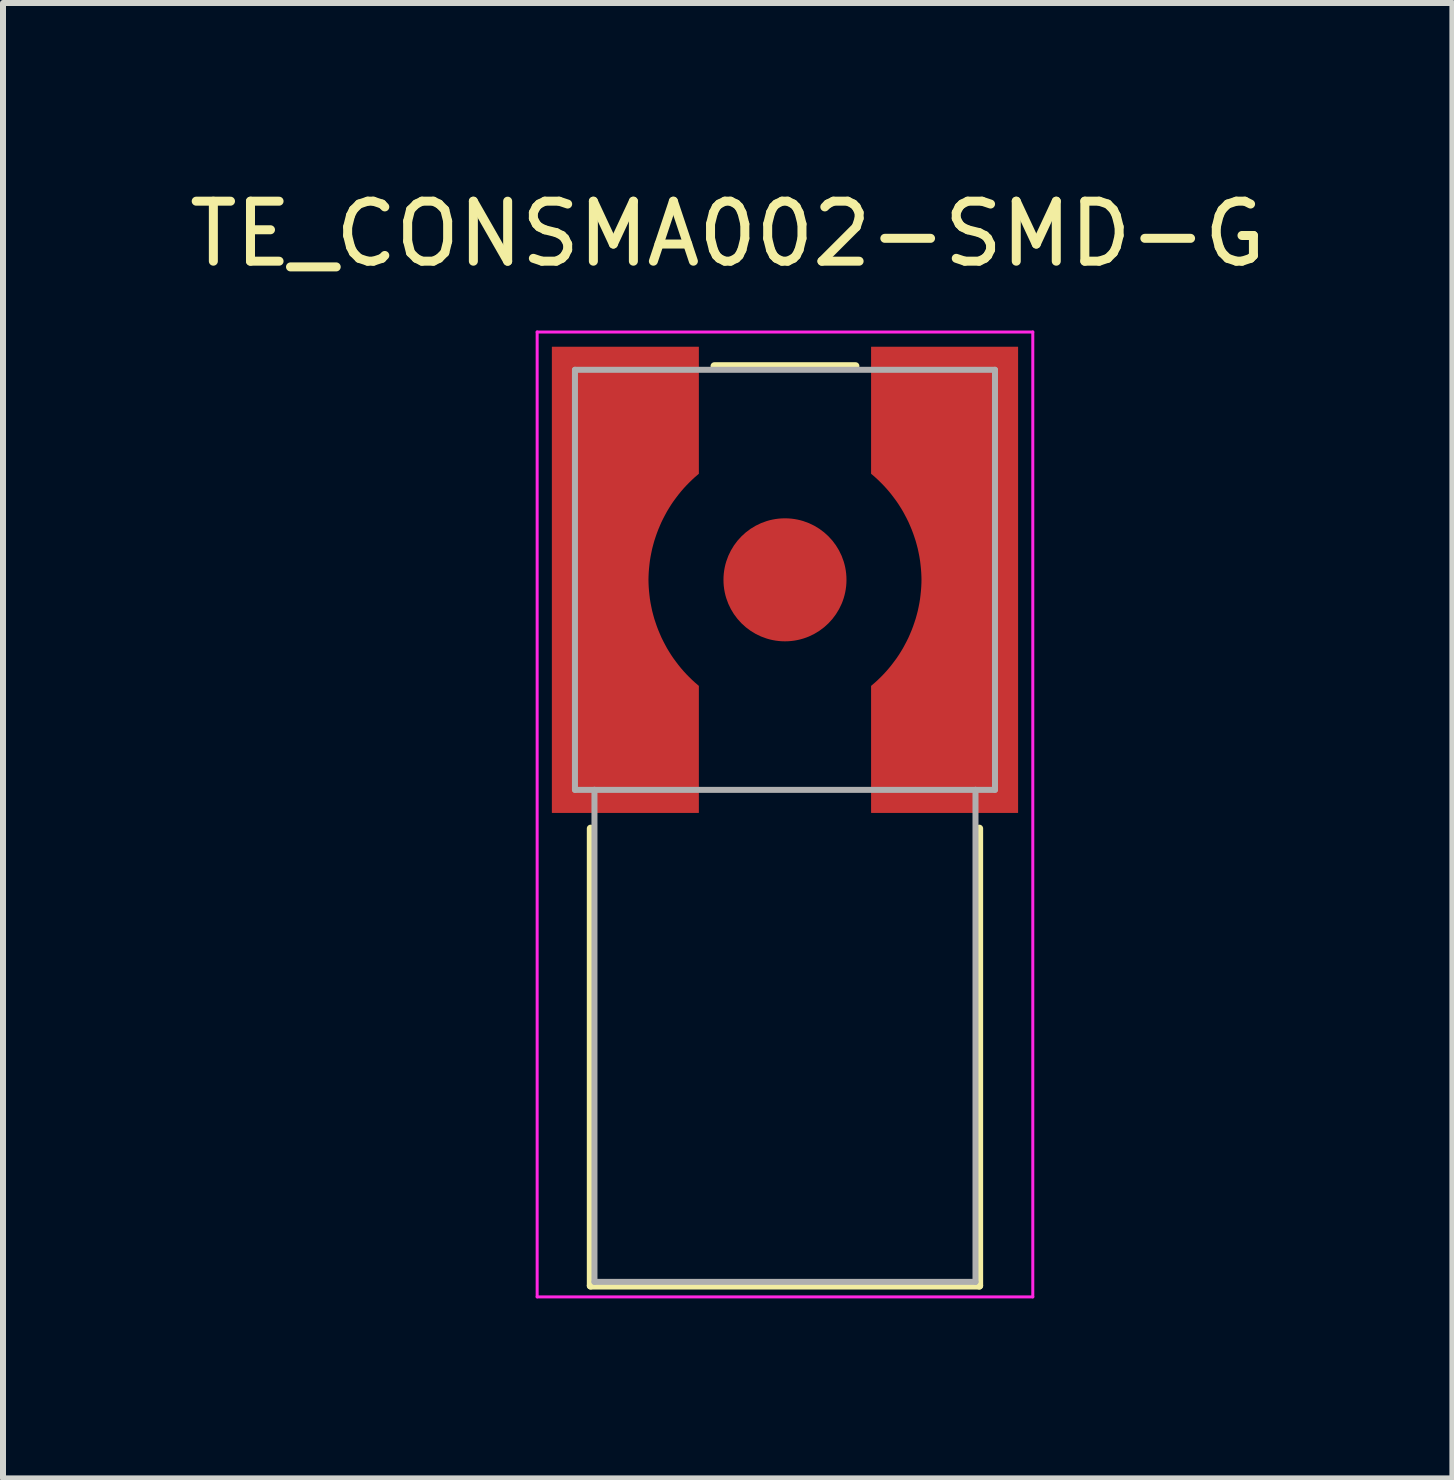
<source format=kicad_pcb>
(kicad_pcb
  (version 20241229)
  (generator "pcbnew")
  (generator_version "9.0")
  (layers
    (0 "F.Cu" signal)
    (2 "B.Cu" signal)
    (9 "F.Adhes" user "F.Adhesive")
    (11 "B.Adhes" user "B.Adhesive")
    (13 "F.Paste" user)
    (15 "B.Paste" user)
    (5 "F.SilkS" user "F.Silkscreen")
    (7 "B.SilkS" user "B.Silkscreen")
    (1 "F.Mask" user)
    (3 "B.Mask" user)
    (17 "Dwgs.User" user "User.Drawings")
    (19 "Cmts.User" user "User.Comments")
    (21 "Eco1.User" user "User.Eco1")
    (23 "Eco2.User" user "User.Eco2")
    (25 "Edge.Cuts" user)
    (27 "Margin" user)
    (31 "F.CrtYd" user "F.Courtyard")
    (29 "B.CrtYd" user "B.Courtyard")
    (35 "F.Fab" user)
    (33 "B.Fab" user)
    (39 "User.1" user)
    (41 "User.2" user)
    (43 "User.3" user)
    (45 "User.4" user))
  (footprint "TE_CONSMA002-SMD-G"
    (layer "F.Cu")
    (at 10.032 6.613)
    (property "Reference" "TE_CONSMA002-SMD-G" (at -0.955 -5.765 0) (layer "F.SilkS") (effects (font (size 1 1) (thickness 0.15))))
    (attr smd)
    (fp_poly (pts (xy -1.34 -3.98) (xy -3.98 -3.98) (xy -3.98 3.98) (xy -1.34 3.98) (xy -1.34 1.72) (xy -1.381 1.687) (xy -1.43 1.645) (xy -1.478 1.602) (xy -1.524 1.557) (xy -1.569 1.511) (xy -1.613 1.464) (xy -1.655 1.416) (xy -1.696 1.366) (xy -1.736 1.315) (xy -1.774 1.263) (xy -1.81 1.21) (xy -1.845 1.156) (xy -1.878 1.101) (xy -1.91 1.045) (xy -1.94 0.988) (xy -1.968 0.931) (xy -1.995 0.872) (xy -2.02 0.813) (xy -2.043 0.753) (xy -2.065 0.692) (xy -2.084 0.631) (xy -2.102 0.569) (xy -2.118 0.507) (xy -2.133 0.444) (xy -2.145 0.381) (xy -2.156 0.318) (xy -2.164 0.254) (xy -2.171 0.19) (xy -2.176 0.126) (xy -2.18 0.05) (xy -2.179 -0.028) (xy -2.176 -0.097) (xy -2.171 -0.166) (xy -2.164 -0.235) (xy -2.155 -0.303) (xy -2.144 -0.371) (xy -2.131 -0.439) (xy -2.116 -0.506) (xy -2.099 -0.573) (xy -2.08 -0.639) (xy -2.06 -0.705) (xy -2.037 -0.77) (xy -2.012 -0.835) (xy -1.986 -0.899) (xy -1.958 -0.962) (xy -1.928 -1.024) (xy -1.896 -1.085) (xy -1.862 -1.145) (xy -1.827 -1.204) (xy -1.79 -1.262) (xy -1.751 -1.32) (xy -1.711 -1.375) (xy -1.669 -1.43) (xy -1.625 -1.484) (xy -1.58 -1.536) (xy -1.533 -1.587) (xy -1.485 -1.636) (xy -1.436 -1.684) (xy -1.385 -1.731) (xy -1.34 -1.77) (xy -1.34 -3.98)) (stroke (width 0.01) (type solid)) (fill yes) (layer "F.Mask"))
    (fp_poly (pts (xy 1.34 -3.98) (xy 3.98 -3.98) (xy 3.98 3.98) (xy 1.34 3.98) (xy 1.34 1.72) (xy 1.391 1.677) (xy 1.441 1.633) (xy 1.489 1.588) (xy 1.536 1.542) (xy 1.581 1.494) (xy 1.625 1.445) (xy 1.667 1.395) (xy 1.708 1.343) (xy 1.748 1.29) (xy 1.786 1.237) (xy 1.822 1.182) (xy 1.857 1.126) (xy 1.89 1.069) (xy 1.921 1.011) (xy 1.951 0.952) (xy 1.979 0.892) (xy 2.005 0.832) (xy 2.03 0.771) (xy 2.053 0.709) (xy 2.074 0.647) (xy 2.093 0.584) (xy 2.11 0.52) (xy 2.125 0.456) (xy 2.139 0.391) (xy 2.15 0.327) (xy 2.16 0.261) (xy 2.168 0.196) (xy 2.174 0.13) (xy 2.178 0.065) (xy 2.18 0) (xy 2.179 -0.052) (xy 2.176 -0.119) (xy 2.171 -0.186) (xy 2.164 -0.253) (xy 2.156 -0.32) (xy 2.145 -0.387) (xy 2.132 -0.453) (xy 2.118 -0.519) (xy 2.101 -0.584) (xy 2.083 -0.649) (xy 2.062 -0.713) (xy 2.04 -0.777) (xy 2.016 -0.84) (xy 1.99 -0.902) (xy 1.963 -0.964) (xy 1.933 -1.025) (xy 1.902 -1.084) (xy 1.87 -1.143) (xy 1.835 -1.201) (xy 1.799 -1.258) (xy 1.761 -1.314) (xy 1.721 -1.368) (xy 1.68 -1.422) (xy 1.638 -1.474) (xy 1.594 -1.525) (xy 1.548 -1.575) (xy 1.501 -1.623) (xy 1.453 -1.67) (xy 1.403 -1.716) (xy 1.34 -1.77) (xy 1.34 -3.98)) (stroke (width 0.01) (type solid)) (fill yes) (layer "F.Mask"))
    (fp_line (start -3.239 11.764) (end -3.239 4.144) (stroke (width 0.127) (type solid)) (layer "F.SilkS"))
    (fp_line (start -3.239 11.764) (end 3.239 11.764) (stroke (width 0.127) (type solid)) (layer "F.SilkS"))
    (fp_line (start -1.177 -3.563) (end 1.177 -3.563) (stroke (width 0.127) (type solid)) (layer "F.SilkS"))
    (fp_line (start 3.239 11.764) (end 3.239 4.144) (stroke (width 0.127) (type solid)) (layer "F.SilkS"))
    (fp_poly (pts (xy -1.44 -3.88) (xy -3.88 -3.88) (xy -3.88 3.88) (xy -1.44 3.88) (xy -1.44 1.77) (xy -1.503 1.716) (xy -1.553 1.67) (xy -1.601 1.623) (xy -1.648 1.575) (xy -1.694 1.525) (xy -1.738 1.474) (xy -1.78 1.422) (xy -1.821 1.368) (xy -1.861 1.314) (xy -1.899 1.258) (xy -1.935 1.201) (xy -1.97 1.143) (xy -2.002 1.084) (xy -2.033 1.025) (xy -2.063 0.964) (xy -2.09 0.902) (xy -2.116 0.84) (xy -2.14 0.777) (xy -2.162 0.713) (xy -2.183 0.649) (xy -2.201 0.584) (xy -2.218 0.519) (xy -2.232 0.453) (xy -2.245 0.387) (xy -2.256 0.32) (xy -2.264 0.253) (xy -2.271 0.186) (xy -2.276 0.119) (xy -2.279 0.052) (xy -2.28 0) (xy -2.279 -0.052) (xy -2.276 -0.119) (xy -2.271 -0.186) (xy -2.264 -0.253) (xy -2.256 -0.32) (xy -2.245 -0.387) (xy -2.232 -0.453) (xy -2.218 -0.519) (xy -2.201 -0.584) (xy -2.183 -0.649) (xy -2.162 -0.713) (xy -2.14 -0.777) (xy -2.116 -0.84) (xy -2.09 -0.902) (xy -2.063 -0.964) (xy -2.033 -1.025) (xy -2.002 -1.084) (xy -1.97 -1.143) (xy -1.935 -1.201) (xy -1.899 -1.258) (xy -1.861 -1.314) (xy -1.821 -1.368) (xy -1.78 -1.422) (xy -1.738 -1.474) (xy -1.694 -1.525) (xy -1.648 -1.575) (xy -1.601 -1.623) (xy -1.553 -1.67) (xy -1.503 -1.716) (xy -1.44 -1.77) (xy -1.44 -3.88)) (stroke (width 0.01) (type solid)) (fill yes) (layer "F.Paste"))
    (fp_poly (pts (xy 1.44 -3.88) (xy 3.88 -3.88) (xy 3.88 3.88) (xy 1.44 3.88) (xy 1.44 1.77) (xy 1.503 1.716) (xy 1.553 1.67) (xy 1.601 1.623) (xy 1.648 1.575) (xy 1.694 1.525) (xy 1.738 1.474) (xy 1.78 1.422) (xy 1.821 1.368) (xy 1.861 1.314) (xy 1.899 1.258) (xy 1.935 1.201) (xy 1.97 1.143) (xy 2.002 1.084) (xy 2.033 1.025) (xy 2.063 0.964) (xy 2.09 0.902) (xy 2.116 0.84) (xy 2.14 0.777) (xy 2.162 0.713) (xy 2.183 0.649) (xy 2.201 0.584) (xy 2.218 0.519) (xy 2.232 0.453) (xy 2.245 0.387) (xy 2.256 0.32) (xy 2.264 0.253) (xy 2.271 0.186) (xy 2.276 0.119) (xy 2.279 0.052) (xy 2.28 0) (xy 2.279 -0.052) (xy 2.276 -0.119) (xy 2.271 -0.186) (xy 2.264 -0.253) (xy 2.256 -0.32) (xy 2.245 -0.387) (xy 2.232 -0.453) (xy 2.218 -0.519) (xy 2.201 -0.584) (xy 2.183 -0.649) (xy 2.162 -0.713) (xy 2.14 -0.777) (xy 2.116 -0.84) (xy 2.09 -0.902) (xy 2.063 -0.964) (xy 2.033 -1.025) (xy 2.002 -1.084) (xy 1.97 -1.143) (xy 1.935 -1.201) (xy 1.899 -1.258) (xy 1.861 -1.314) (xy 1.821 -1.368) (xy 1.78 -1.422) (xy 1.738 -1.474) (xy 1.694 -1.525) (xy 1.648 -1.575) (xy 1.601 -1.623) (xy 1.553 -1.67) (xy 1.503 -1.716) (xy 1.44 -1.77) (xy 1.44 -3.88)) (stroke (width 0.01) (type solid)) (fill yes) (layer "F.Paste"))
    (fp_line (start -4.13 -4.13) (end -4.13 11.95) (stroke (width 0.05) (type solid)) (layer "F.CrtYd"))
    (fp_line (start -4.13 11.95) (end 4.13 11.95) (stroke (width 0.05) (type solid)) (layer "F.CrtYd"))
    (fp_line (start 4.13 -4.13) (end -4.13 -4.13) (stroke (width 0.05) (type solid)) (layer "F.CrtYd"))
    (fp_line (start 4.13 11.95) (end 4.13 -4.13) (stroke (width 0.05) (type solid)) (layer "F.CrtYd"))
    (fp_line (start -3.5 -3.5) (end 3.5 -3.5) (stroke (width 0.1) (type solid)) (layer "F.Fab"))
    (fp_line (start -3.5 3.5) (end -3.5 -3.5) (stroke (width 0.1) (type solid)) (layer "F.Fab"))
    (fp_line (start -3.175 3.5) (end -3.5 3.5) (stroke (width 0.1) (type solid)) (layer "F.Fab"))
    (fp_line (start -3.175 3.5) (end -3.175 11.7) (stroke (width 0.1) (type solid)) (layer "F.Fab"))
    (fp_line (start -3.175 11.7) (end 3.175 11.7) (stroke (width 0.1) (type solid)) (layer "F.Fab"))
    (fp_line (start 3.175 3.5) (end -3.175 3.5) (stroke (width 0.1) (type solid)) (layer "F.Fab"))
    (fp_line (start 3.175 11.7) (end 3.175 3.5) (stroke (width 0.1) (type solid)) (layer "F.Fab"))
    (fp_line (start 3.5 -3.5) (end 3.5 3.5) (stroke (width 0.1) (type solid)) (layer "F.Fab"))
    (fp_line (start 3.5 3.5) (end 3.175 3.5) (stroke (width 0.1) (type solid)) (layer "F.Fab"))
    (pad "1" smd circle (at 0 0) (size 2.05 2.05) (layers "F.Cu" "F.Mask" "F.Paste"))
    (pad "2" smd custom (at -3.1 0) (size 1 1) (layers "F.Cu") (options (anchor rect)) (primitives (gr_poly (pts (xy 1.66 -3.88) (xy -0.78 -3.88) (xy -0.78 3.88) (xy 1.66 3.88) (xy 1.66 1.77) (xy 1.597 1.716) (xy 1.547 1.67) (xy 1.499 1.623) (xy 1.452 1.575) (xy 1.406 1.525) (xy 1.362 1.474) (xy 1.32 1.422) (xy 1.279 1.368) (xy 1.239 1.314) (xy 1.201 1.258) (xy 1.165 1.201) (xy 1.13 1.143) (xy 1.098 1.084) (xy 1.067 1.025) (xy 1.037 0.964) (xy 1.01 0.902) (xy 0.984 0.84) (xy 0.96 0.777) (xy 0.938 0.713) (xy 0.917 0.649) (xy 0.899 0.584) (xy 0.882 0.519) (xy 0.868 0.453) (xy 0.855 0.387) (xy 0.844 0.32) (xy 0.836 0.253) (xy 0.829 0.186) (xy 0.824 0.119) (xy 0.821 0.052) (xy 0.82 0) (xy 0.821 -0.052) (xy 0.824 -0.119) (xy 0.829 -0.186) (xy 0.836 -0.253) (xy 0.844 -0.32) (xy 0.855 -0.387) (xy 0.868 -0.453) (xy 0.882 -0.519) (xy 0.899 -0.584) (xy 0.917 -0.649) (xy 0.938 -0.713) (xy 0.96 -0.777) (xy 0.984 -0.84) (xy 1.01 -0.902) (xy 1.037 -0.964) (xy 1.067 -1.025) (xy 1.098 -1.084) (xy 1.13 -1.143) (xy 1.165 -1.201) (xy 1.201 -1.258) (xy 1.239 -1.314) (xy 1.279 -1.368) (xy 1.32 -1.422) (xy 1.362 -1.474) (xy 1.406 -1.525) (xy 1.452 -1.575) (xy 1.499 -1.623) (xy 1.547 -1.67) (xy 1.597 -1.716) (xy 1.66 -1.77) (xy 1.66 -3.88)) (width 0.01) (fill yes))))
    (pad "3" smd custom (at 3.1 0) (size 1 1) (layers "F.Cu") (options (anchor rect)) (primitives (gr_poly (pts (xy -1.66 -3.88) (xy 0.78 -3.88) (xy 0.78 3.88) (xy -1.66 3.88) (xy -1.66 1.77) (xy -1.597 1.716) (xy -1.547 1.67) (xy -1.499 1.623) (xy -1.452 1.575) (xy -1.406 1.525) (xy -1.362 1.474) (xy -1.32 1.422) (xy -1.279 1.368) (xy -1.239 1.314) (xy -1.201 1.258) (xy -1.165 1.201) (xy -1.13 1.143) (xy -1.098 1.084) (xy -1.067 1.025) (xy -1.037 0.964) (xy -1.01 0.902) (xy -0.984 0.84) (xy -0.96 0.777) (xy -0.938 0.713) (xy -0.917 0.649) (xy -0.899 0.584) (xy -0.882 0.519) (xy -0.868 0.453) (xy -0.855 0.387) (xy -0.844 0.32) (xy -0.836 0.253) (xy -0.829 0.186) (xy -0.824 0.119) (xy -0.821 0.052) (xy -0.82 0) (xy -0.821 -0.052) (xy -0.824 -0.119) (xy -0.829 -0.186) (xy -0.836 -0.253) (xy -0.844 -0.32) (xy -0.855 -0.387) (xy -0.868 -0.453) (xy -0.882 -0.519) (xy -0.899 -0.584) (xy -0.917 -0.649) (xy -0.938 -0.713) (xy -0.96 -0.777) (xy -0.984 -0.84) (xy -1.01 -0.902) (xy -1.037 -0.964) (xy -1.067 -1.025) (xy -1.098 -1.084) (xy -1.13 -1.143) (xy -1.165 -1.201) (xy -1.201 -1.258) (xy -1.239 -1.314) (xy -1.279 -1.368) (xy -1.32 -1.422) (xy -1.362 -1.474) (xy -1.406 -1.525) (xy -1.452 -1.575) (xy -1.499 -1.623) (xy -1.547 -1.67) (xy -1.597 -1.716) (xy -1.66 -1.77) (xy -1.66 -2.35) (xy -1.66 -3.88)) (width 0.01) (fill yes)))))
  (gr_rect
    (start -3 -3)
    (end 21.155 21.588)
    (stroke (width 0.1) (type default))
    (fill no)
    (layer "Edge.Cuts")))
</source>
